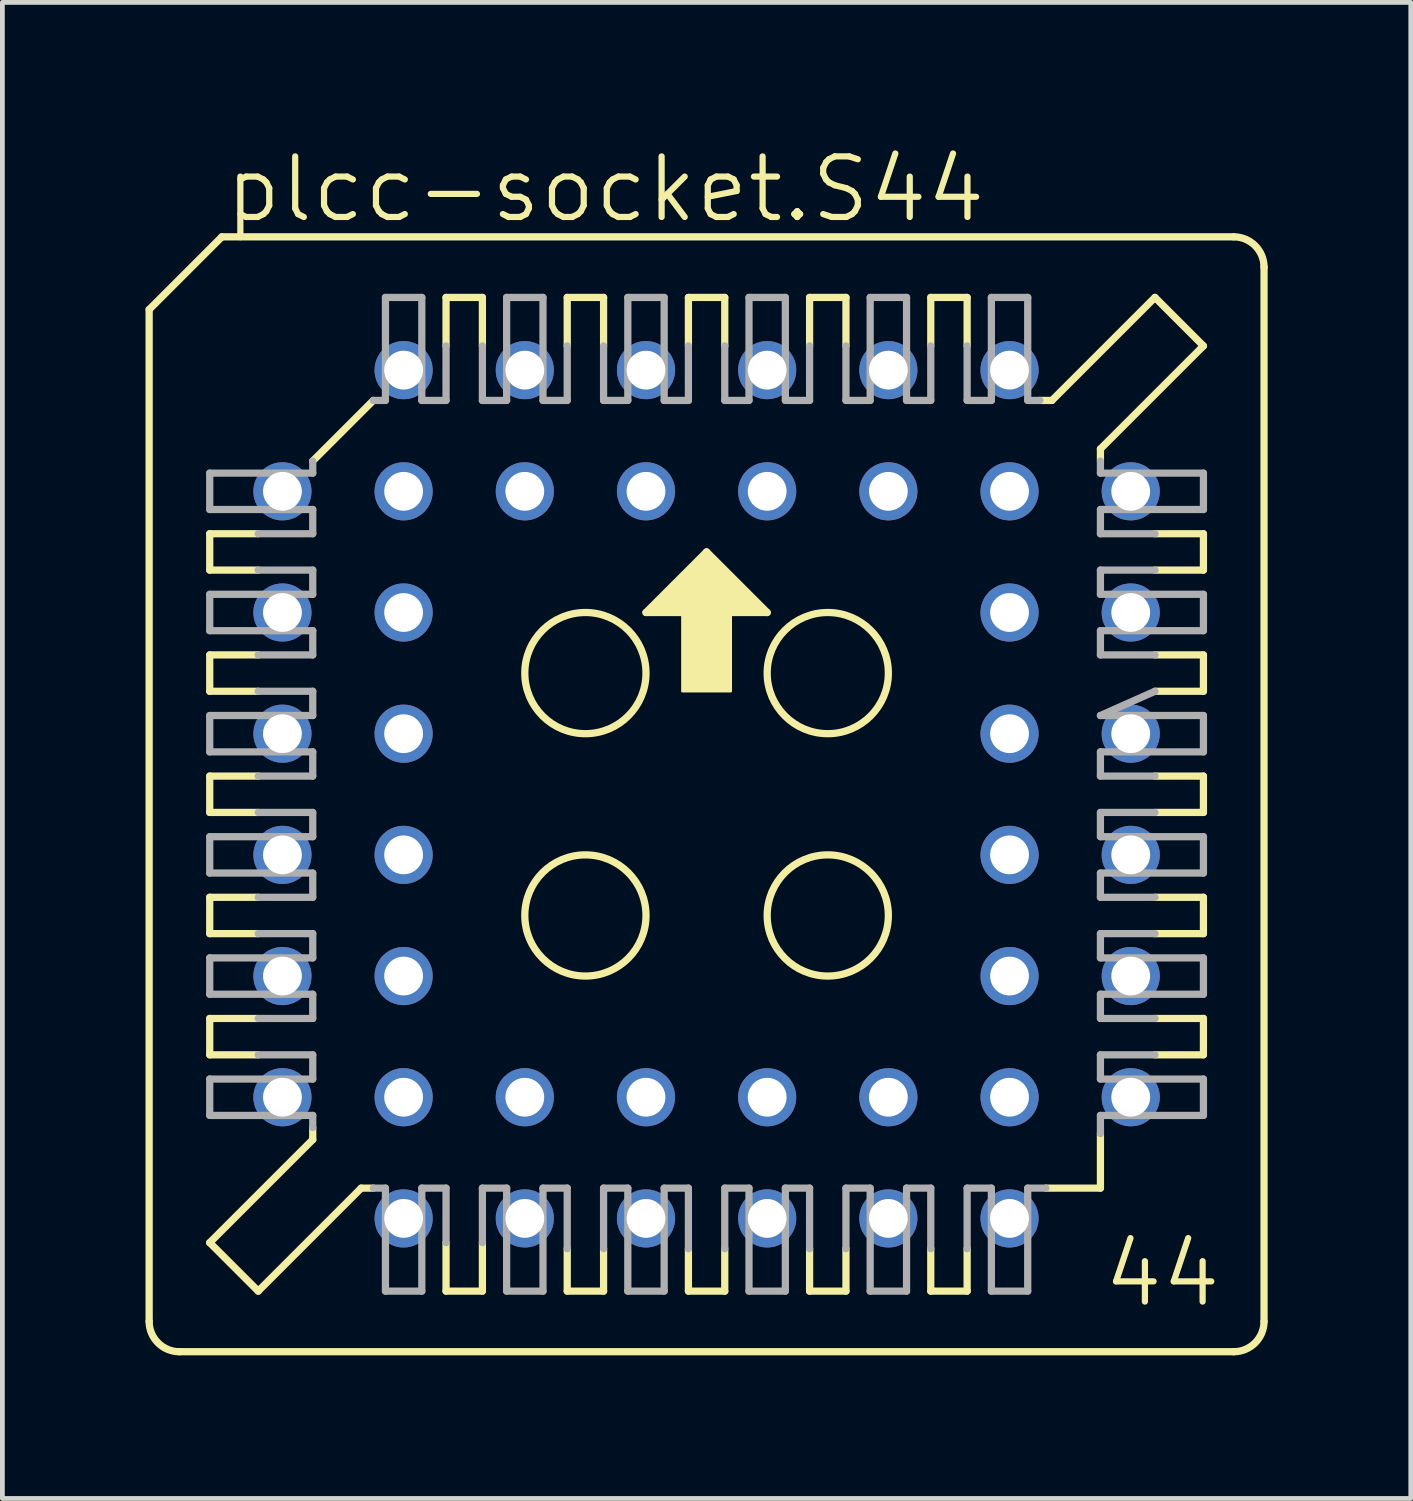
<source format=kicad_pcb>
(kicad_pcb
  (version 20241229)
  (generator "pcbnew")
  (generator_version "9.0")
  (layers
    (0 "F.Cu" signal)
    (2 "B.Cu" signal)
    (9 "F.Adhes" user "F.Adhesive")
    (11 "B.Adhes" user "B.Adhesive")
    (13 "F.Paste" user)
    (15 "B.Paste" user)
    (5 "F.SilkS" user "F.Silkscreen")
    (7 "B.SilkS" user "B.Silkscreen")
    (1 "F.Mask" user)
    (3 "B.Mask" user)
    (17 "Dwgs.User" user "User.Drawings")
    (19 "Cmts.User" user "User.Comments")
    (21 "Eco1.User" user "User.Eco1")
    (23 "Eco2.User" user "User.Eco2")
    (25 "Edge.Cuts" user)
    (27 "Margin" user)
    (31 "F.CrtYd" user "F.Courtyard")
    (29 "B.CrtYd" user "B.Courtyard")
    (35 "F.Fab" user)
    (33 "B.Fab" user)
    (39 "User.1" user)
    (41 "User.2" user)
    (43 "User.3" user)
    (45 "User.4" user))
  (footprint "plcc-socket.S44"
    (layer "F.Cu")
    (at 11.76 13.598)
    (property "Reference" "plcc-socket.S44" (at -10.16 -11.938 0) (layer "F.SilkS") (effects (font (size 1.27 1.27) (thickness 0.13)) (justify left bottom)))
    (attr through_hole)
    (fp_line (start -11.684 -10.16) (end -11.684 11.049) (stroke (width 0.152) (type default)) (layer "F.SilkS"))
    (fp_line (start -10.414 -5.461) (end -10.414 -4.699) (stroke (width 0.152) (type default)) (layer "F.SilkS"))
    (fp_line (start -10.414 -5.461) (end -9.398 -5.461) (stroke (width 0.152) (type default)) (layer "F.SilkS"))
    (fp_line (start -10.414 -2.921) (end -10.414 -2.159) (stroke (width 0.152) (type default)) (layer "F.SilkS"))
    (fp_line (start -10.414 -2.921) (end -9.398 -2.921) (stroke (width 0.152) (type default)) (layer "F.SilkS"))
    (fp_line (start -10.414 0.381) (end -10.414 -0.381) (stroke (width 0.152) (type default)) (layer "F.SilkS"))
    (fp_line (start -10.414 0.381) (end -9.398 0.381) (stroke (width 0.152) (type default)) (layer "F.SilkS"))
    (fp_line (start -10.414 2.921) (end -10.414 2.159) (stroke (width 0.152) (type default)) (layer "F.SilkS"))
    (fp_line (start -10.414 2.921) (end -9.398 2.921) (stroke (width 0.152) (type default)) (layer "F.SilkS"))
    (fp_line (start -10.414 5.461) (end -10.414 4.699) (stroke (width 0.152) (type default)) (layer "F.SilkS"))
    (fp_line (start -10.414 5.461) (end -9.398 5.461) (stroke (width 0.152) (type default)) (layer "F.SilkS"))
    (fp_line (start -10.414 9.398) (end -8.255 7.239) (stroke (width 0.152) (type default)) (layer "F.SilkS"))
    (fp_line (start -10.16 -11.684) (end -11.684 -10.16) (stroke (width 0.152) (type default)) (layer "F.SilkS"))
    (fp_line (start -9.398 -4.699) (end -10.414 -4.699) (stroke (width 0.152) (type default)) (layer "F.SilkS"))
    (fp_line (start -9.398 -2.159) (end -10.414 -2.159) (stroke (width 0.152) (type default)) (layer "F.SilkS"))
    (fp_line (start -9.398 -0.381) (end -10.414 -0.381) (stroke (width 0.152) (type default)) (layer "F.SilkS"))
    (fp_line (start -9.398 2.159) (end -10.414 2.159) (stroke (width 0.152) (type default)) (layer "F.SilkS"))
    (fp_line (start -9.398 4.699) (end -10.414 4.699) (stroke (width 0.152) (type default)) (layer "F.SilkS"))
    (fp_line (start -9.398 10.414) (end -10.414 9.398) (stroke (width 0.152) (type default)) (layer "F.SilkS"))
    (fp_line (start -9.398 10.414) (end -7.239 8.255) (stroke (width 0.152) (type default)) (layer "F.SilkS"))
    (fp_line (start -8.255 -6.985) (end -6.985 -8.255) (stroke (width 0.152) (type default)) (layer "F.SilkS"))
    (fp_line (start -8.255 7.239) (end -8.255 6.985) (stroke (width 0.152) (type default)) (layer "F.SilkS"))
    (fp_line (start -7.239 8.255) (end -6.985 8.255) (stroke (width 0.152) (type default)) (layer "F.SilkS"))
    (fp_line (start -5.461 -9.398) (end -5.461 -10.414) (stroke (width 0.152) (type default)) (layer "F.SilkS"))
    (fp_line (start -5.461 9.398) (end -5.461 10.414) (stroke (width 0.152) (type default)) (layer "F.SilkS"))
    (fp_line (start -5.461 10.414) (end -4.699 10.414) (stroke (width 0.152) (type default)) (layer "F.SilkS"))
    (fp_line (start -4.699 -10.414) (end -5.461 -10.414) (stroke (width 0.152) (type default)) (layer "F.SilkS"))
    (fp_line (start -4.699 -10.414) (end -4.699 -9.398) (stroke (width 0.152) (type default)) (layer "F.SilkS"))
    (fp_line (start -4.699 10.414) (end -4.699 9.398) (stroke (width 0.152) (type default)) (layer "F.SilkS"))
    (fp_line (start -2.921 -9.398) (end -2.921 -10.414) (stroke (width 0.152) (type default)) (layer "F.SilkS"))
    (fp_line (start -2.921 9.525) (end -2.921 10.414) (stroke (width 0.152) (type default)) (layer "F.SilkS"))
    (fp_line (start -2.921 10.414) (end -2.159 10.414) (stroke (width 0.152) (type default)) (layer "F.SilkS"))
    (fp_line (start -2.159 -10.414) (end -2.921 -10.414) (stroke (width 0.152) (type default)) (layer "F.SilkS"))
    (fp_line (start -2.159 -10.414) (end -2.159 -9.398) (stroke (width 0.152) (type default)) (layer "F.SilkS"))
    (fp_line (start -2.159 10.414) (end -2.159 9.525) (stroke (width 0.152) (type default)) (layer "F.SilkS"))
    (fp_line (start -1.27 -3.81) (end 1.27 -3.81) (stroke (width 0.152) (type default)) (layer "F.SilkS"))
    (fp_line (start -0.381 -9.398) (end -0.381 -10.414) (stroke (width 0.152) (type default)) (layer "F.SilkS"))
    (fp_line (start -0.381 9.525) (end -0.381 10.414) (stroke (width 0.152) (type default)) (layer "F.SilkS"))
    (fp_line (start -0.381 10.414) (end 0.381 10.414) (stroke (width 0.152) (type default)) (layer "F.SilkS"))
    (fp_line (start 0 -5.08) (end -1.27 -3.81) (stroke (width 0.152) (type default)) (layer "F.SilkS"))
    (fp_line (start 0.381 -10.414) (end -0.381 -10.414) (stroke (width 0.152) (type default)) (layer "F.SilkS"))
    (fp_line (start 0.381 -10.414) (end 0.381 -9.398) (stroke (width 0.152) (type default)) (layer "F.SilkS"))
    (fp_line (start 0.381 10.414) (end 0.381 9.525) (stroke (width 0.152) (type default)) (layer "F.SilkS"))
    (fp_line (start 1.27 -3.81) (end 0 -5.08) (stroke (width 0.152) (type default)) (layer "F.SilkS"))
    (fp_line (start 2.159 -9.398) (end 2.159 -10.414) (stroke (width 0.152) (type default)) (layer "F.SilkS"))
    (fp_line (start 2.159 9.525) (end 2.159 10.414) (stroke (width 0.152) (type default)) (layer "F.SilkS"))
    (fp_line (start 2.159 10.414) (end 2.921 10.414) (stroke (width 0.152) (type default)) (layer "F.SilkS"))
    (fp_line (start 2.921 -10.414) (end 2.159 -10.414) (stroke (width 0.152) (type default)) (layer "F.SilkS"))
    (fp_line (start 2.921 -10.414) (end 2.921 -9.398) (stroke (width 0.152) (type default)) (layer "F.SilkS"))
    (fp_line (start 2.921 10.414) (end 2.921 9.525) (stroke (width 0.152) (type default)) (layer "F.SilkS"))
    (fp_line (start 4.699 -9.398) (end 4.699 -10.414) (stroke (width 0.152) (type default)) (layer "F.SilkS"))
    (fp_line (start 4.699 9.525) (end 4.699 10.414) (stroke (width 0.152) (type default)) (layer "F.SilkS"))
    (fp_line (start 4.699 10.414) (end 5.461 10.414) (stroke (width 0.152) (type default)) (layer "F.SilkS"))
    (fp_line (start 5.461 -10.414) (end 4.699 -10.414) (stroke (width 0.152) (type default)) (layer "F.SilkS"))
    (fp_line (start 5.461 -10.414) (end 5.461 -9.398) (stroke (width 0.152) (type default)) (layer "F.SilkS"))
    (fp_line (start 5.461 10.414) (end 5.461 9.525) (stroke (width 0.152) (type default)) (layer "F.SilkS"))
    (fp_line (start 7.112 8.255) (end 8.255 8.255) (stroke (width 0.152) (type default)) (layer "F.SilkS"))
    (fp_line (start 7.239 -8.255) (end 6.985 -8.255) (stroke (width 0.152) (type default)) (layer "F.SilkS"))
    (fp_line (start 8.255 -7.239) (end 8.255 -6.985) (stroke (width 0.152) (type default)) (layer "F.SilkS"))
    (fp_line (start 8.255 8.255) (end 8.255 7.112) (stroke (width 0.152) (type default)) (layer "F.SilkS"))
    (fp_line (start 9.398 -10.414) (end 7.239 -8.255) (stroke (width 0.152) (type default)) (layer "F.SilkS"))
    (fp_line (start 9.398 -4.699) (end 10.414 -4.699) (stroke (width 0.152) (type default)) (layer "F.SilkS"))
    (fp_line (start 9.398 -2.159) (end 10.414 -2.159) (stroke (width 0.152) (type default)) (layer "F.SilkS"))
    (fp_line (start 9.398 0.381) (end 10.414 0.381) (stroke (width 0.152) (type default)) (layer "F.SilkS"))
    (fp_line (start 9.398 2.159) (end 10.414 2.159) (stroke (width 0.152) (type default)) (layer "F.SilkS"))
    (fp_line (start 9.398 4.699) (end 10.414 4.699) (stroke (width 0.152) (type default)) (layer "F.SilkS"))
    (fp_line (start 10.414 -9.398) (end 8.255 -7.239) (stroke (width 0.152) (type default)) (layer "F.SilkS"))
    (fp_line (start 10.414 -9.398) (end 9.398 -10.414) (stroke (width 0.152) (type default)) (layer "F.SilkS"))
    (fp_line (start 10.414 -5.461) (end 9.398 -5.461) (stroke (width 0.152) (type default)) (layer "F.SilkS"))
    (fp_line (start 10.414 -5.461) (end 10.414 -4.699) (stroke (width 0.152) (type default)) (layer "F.SilkS"))
    (fp_line (start 10.414 -2.921) (end 9.398 -2.921) (stroke (width 0.152) (type default)) (layer "F.SilkS"))
    (fp_line (start 10.414 -2.921) (end 10.414 -2.159) (stroke (width 0.152) (type default)) (layer "F.SilkS"))
    (fp_line (start 10.414 -0.381) (end 9.398 -0.381) (stroke (width 0.152) (type default)) (layer "F.SilkS"))
    (fp_line (start 10.414 -0.381) (end 10.414 0.381) (stroke (width 0.152) (type default)) (layer "F.SilkS"))
    (fp_line (start 10.414 2.921) (end 9.398 2.921) (stroke (width 0.152) (type default)) (layer "F.SilkS"))
    (fp_line (start 10.414 2.921) (end 10.414 2.159) (stroke (width 0.152) (type default)) (layer "F.SilkS"))
    (fp_line (start 10.414 5.461) (end 9.398 5.461) (stroke (width 0.152) (type default)) (layer "F.SilkS"))
    (fp_line (start 10.414 5.461) (end 10.414 4.699) (stroke (width 0.152) (type default)) (layer "F.SilkS"))
    (fp_line (start 11.049 -11.684) (end -10.16 -11.684) (stroke (width 0.152) (type default)) (layer "F.SilkS"))
    (fp_line (start 11.049 11.684) (end -11.049 11.684) (stroke (width 0.152) (type default)) (layer "F.SilkS"))
    (fp_line (start 11.684 -11.049) (end 11.684 11.049) (stroke (width 0.152) (type default)) (layer "F.SilkS"))
    (fp_rect (start -1.143 -3.81) (end -0.889 -3.937) (stroke (width 0.05) (type default)) (fill yes) (layer "F.SilkS"))
    (fp_rect (start -1.016 -3.937) (end -0.889 -4.064) (stroke (width 0.05) (type default)) (fill yes) (layer "F.SilkS"))
    (fp_rect (start -0.889 -3.81) (end 0.889 -4.191) (stroke (width 0.05) (type default)) (fill yes) (layer "F.SilkS"))
    (fp_rect (start -0.762 -4.191) (end -0.635 -4.318) (stroke (width 0.05) (type default)) (fill yes) (layer "F.SilkS"))
    (fp_rect (start -0.635 -4.191) (end 0.635 -4.445) (stroke (width 0.05) (type default)) (fill yes) (layer "F.SilkS"))
    (fp_rect (start -0.508 -4.445) (end -0.381 -4.572) (stroke (width 0.05) (type default)) (fill yes) (layer "F.SilkS"))
    (fp_rect (start -0.508 -2.159) (end 0.508 -4.064) (stroke (width 0.05) (type default)) (fill yes) (layer "F.SilkS"))
    (fp_rect (start -0.381 -4.445) (end 0.381 -4.699) (stroke (width 0.05) (type default)) (fill yes) (layer "F.SilkS"))
    (fp_rect (start -0.254 -4.699) (end -0.127 -4.826) (stroke (width 0.05) (type default)) (fill yes) (layer "F.SilkS"))
    (fp_rect (start -0.127 -4.699) (end 0.127 -4.953) (stroke (width 0.05) (type default)) (fill yes) (layer "F.SilkS"))
    (fp_rect (start 0.127 -4.699) (end 0.254 -4.826) (stroke (width 0.05) (type default)) (fill yes) (layer "F.SilkS"))
    (fp_rect (start 0.381 -4.445) (end 0.508 -4.572) (stroke (width 0.05) (type default)) (fill yes) (layer "F.SilkS"))
    (fp_rect (start 0.635 -4.191) (end 0.762 -4.318) (stroke (width 0.05) (type default)) (fill yes) (layer "F.SilkS"))
    (fp_rect (start 0.889 -3.937) (end 1.016 -4.064) (stroke (width 0.05) (type default)) (fill yes) (layer "F.SilkS"))
    (fp_rect (start 0.889 -3.81) (end 1.143 -3.937) (stroke (width 0.05) (type default)) (fill yes) (layer "F.SilkS"))
    (fp_arc (start -11.049 11.684) (mid -11.498013 11.498013) (end -11.684 11.049) (stroke (width 0.1524) (type default)) (layer "F.SilkS"))
    (fp_arc (start 11.049 -11.684) (mid 11.498013 -11.498013) (end 11.684 -11.049) (stroke (width 0.1524) (type default)) (layer "F.SilkS"))
    (fp_arc (start 11.684 11.049) (mid 11.498013 11.498013) (end 11.049 11.684) (stroke (width 0.1524) (type default)) (layer "F.SilkS"))
    (fp_circle (center -2.54 -2.54) (end -1.27 -2.54) (stroke (width 0.152) (type default)) (fill no) (layer "F.SilkS"))
    (fp_circle (center -2.54 2.54) (end -1.27 2.54) (stroke (width 0.152) (type default)) (fill no) (layer "F.SilkS"))
    (fp_circle (center 2.54 -2.54) (end 3.81 -2.54) (stroke (width 0.152) (type default)) (fill no) (layer "F.SilkS"))
    (fp_circle (center 2.54 2.54) (end 3.81 2.54) (stroke (width 0.152) (type default)) (fill no) (layer "F.SilkS"))
    (fp_line (start -10.414 -6.731) (end -10.414 -5.969) (stroke (width 0.152) (type default)) (layer "F.Fab"))
    (fp_line (start -10.414 -6.731) (end -8.255 -6.731) (stroke (width 0.152) (type default)) (layer "F.Fab"))
    (fp_line (start -10.414 -4.191) (end -10.414 -3.429) (stroke (width 0.152) (type default)) (layer "F.Fab"))
    (fp_line (start -10.414 -4.191) (end -8.255 -4.191) (stroke (width 0.152) (type default)) (layer "F.Fab"))
    (fp_line (start -10.414 -0.889) (end -10.414 -1.651) (stroke (width 0.152) (type default)) (layer "F.Fab"))
    (fp_line (start -10.414 -0.889) (end -8.255 -0.889) (stroke (width 0.152) (type default)) (layer "F.Fab"))
    (fp_line (start -10.414 1.651) (end -10.414 0.889) (stroke (width 0.152) (type default)) (layer "F.Fab"))
    (fp_line (start -10.414 1.651) (end -8.255 1.651) (stroke (width 0.152) (type default)) (layer "F.Fab"))
    (fp_line (start -10.414 4.191) (end -10.414 3.429) (stroke (width 0.152) (type default)) (layer "F.Fab"))
    (fp_line (start -10.414 4.191) (end -8.255 4.191) (stroke (width 0.152) (type default)) (layer "F.Fab"))
    (fp_line (start -10.414 6.731) (end -10.414 5.969) (stroke (width 0.152) (type default)) (layer "F.Fab"))
    (fp_line (start -10.414 6.731) (end -8.255 6.731) (stroke (width 0.152) (type default)) (layer "F.Fab"))
    (fp_line (start -9.398 -4.699) (end -8.255 -4.699) (stroke (width 0.152) (type default)) (layer "F.Fab"))
    (fp_line (start -9.398 -2.159) (end -8.255 -2.159) (stroke (width 0.152) (type default)) (layer "F.Fab"))
    (fp_line (start -9.398 -0.381) (end -8.255 -0.381) (stroke (width 0.152) (type default)) (layer "F.Fab"))
    (fp_line (start -9.398 2.159) (end -8.255 2.159) (stroke (width 0.152) (type default)) (layer "F.Fab"))
    (fp_line (start -9.398 4.699) (end -8.255 4.699) (stroke (width 0.152) (type default)) (layer "F.Fab"))
    (fp_line (start -8.255 -6.731) (end -8.255 -6.985) (stroke (width 0.152) (type default)) (layer "F.Fab"))
    (fp_line (start -8.255 -5.969) (end -10.414 -5.969) (stroke (width 0.152) (type default)) (layer "F.Fab"))
    (fp_line (start -8.255 -5.969) (end -8.255 -5.461) (stroke (width 0.152) (type default)) (layer "F.Fab"))
    (fp_line (start -8.255 -5.461) (end -9.398 -5.461) (stroke (width 0.152) (type default)) (layer "F.Fab"))
    (fp_line (start -8.255 -4.699) (end -8.255 -4.191) (stroke (width 0.152) (type default)) (layer "F.Fab"))
    (fp_line (start -8.255 -3.429) (end -10.414 -3.429) (stroke (width 0.152) (type default)) (layer "F.Fab"))
    (fp_line (start -8.255 -3.429) (end -8.255 -2.921) (stroke (width 0.152) (type default)) (layer "F.Fab"))
    (fp_line (start -8.255 -2.921) (end -9.398 -2.921) (stroke (width 0.152) (type default)) (layer "F.Fab"))
    (fp_line (start -8.255 -2.159) (end -8.255 -1.651) (stroke (width 0.152) (type default)) (layer "F.Fab"))
    (fp_line (start -8.255 -1.651) (end -10.414 -1.651) (stroke (width 0.152) (type default)) (layer "F.Fab"))
    (fp_line (start -8.255 -0.381) (end -8.255 -0.889) (stroke (width 0.152) (type default)) (layer "F.Fab"))
    (fp_line (start -8.255 0.381) (end -9.398 0.381) (stroke (width 0.152) (type default)) (layer "F.Fab"))
    (fp_line (start -8.255 0.889) (end -10.414 0.889) (stroke (width 0.152) (type default)) (layer "F.Fab"))
    (fp_line (start -8.255 0.889) (end -8.255 0.381) (stroke (width 0.152) (type default)) (layer "F.Fab"))
    (fp_line (start -8.255 2.159) (end -8.255 1.651) (stroke (width 0.152) (type default)) (layer "F.Fab"))
    (fp_line (start -8.255 2.921) (end -9.398 2.921) (stroke (width 0.152) (type default)) (layer "F.Fab"))
    (fp_line (start -8.255 3.429) (end -10.414 3.429) (stroke (width 0.152) (type default)) (layer "F.Fab"))
    (fp_line (start -8.255 3.429) (end -8.255 2.921) (stroke (width 0.152) (type default)) (layer "F.Fab"))
    (fp_line (start -8.255 4.699) (end -8.255 4.191) (stroke (width 0.152) (type default)) (layer "F.Fab"))
    (fp_line (start -8.255 5.461) (end -9.398 5.461) (stroke (width 0.152) (type default)) (layer "F.Fab"))
    (fp_line (start -8.255 5.969) (end -10.414 5.969) (stroke (width 0.152) (type default)) (layer "F.Fab"))
    (fp_line (start -8.255 5.969) (end -8.255 5.461) (stroke (width 0.152) (type default)) (layer "F.Fab"))
    (fp_line (start -8.255 6.985) (end -8.255 6.731) (stroke (width 0.152) (type default)) (layer "F.Fab"))
    (fp_line (start -6.985 -8.255) (end -6.731 -8.255) (stroke (width 0.152) (type default)) (layer "F.Fab"))
    (fp_line (start -6.731 -8.255) (end -6.731 -10.414) (stroke (width 0.152) (type default)) (layer "F.Fab"))
    (fp_line (start -6.731 8.255) (end -6.985 8.255) (stroke (width 0.152) (type default)) (layer "F.Fab"))
    (fp_line (start -6.731 10.414) (end -6.731 8.255) (stroke (width 0.152) (type default)) (layer "F.Fab"))
    (fp_line (start -6.731 10.414) (end -5.969 10.414) (stroke (width 0.152) (type default)) (layer "F.Fab"))
    (fp_line (start -5.969 -10.414) (end -6.731 -10.414) (stroke (width 0.152) (type default)) (layer "F.Fab"))
    (fp_line (start -5.969 -10.414) (end -5.969 -8.255) (stroke (width 0.152) (type default)) (layer "F.Fab"))
    (fp_line (start -5.969 8.255) (end -5.969 10.414) (stroke (width 0.152) (type default)) (layer "F.Fab"))
    (fp_line (start -5.461 -9.398) (end -5.461 -8.255) (stroke (width 0.152) (type default)) (layer "F.Fab"))
    (fp_line (start -5.461 -8.255) (end -5.969 -8.255) (stroke (width 0.152) (type default)) (layer "F.Fab"))
    (fp_line (start -5.461 8.255) (end -5.969 8.255) (stroke (width 0.152) (type default)) (layer "F.Fab"))
    (fp_line (start -5.461 9.398) (end -5.461 8.255) (stroke (width 0.152) (type default)) (layer "F.Fab"))
    (fp_line (start -4.699 -8.255) (end -4.699 -9.398) (stroke (width 0.152) (type default)) (layer "F.Fab"))
    (fp_line (start -4.699 8.255) (end -4.699 9.398) (stroke (width 0.152) (type default)) (layer "F.Fab"))
    (fp_line (start -4.699 8.255) (end -4.191 8.255) (stroke (width 0.152) (type default)) (layer "F.Fab"))
    (fp_line (start -4.191 -8.255) (end -4.699 -8.255) (stroke (width 0.152) (type default)) (layer "F.Fab"))
    (fp_line (start -4.191 -8.255) (end -4.191 -10.414) (stroke (width 0.152) (type default)) (layer "F.Fab"))
    (fp_line (start -4.191 10.414) (end -4.191 8.255) (stroke (width 0.152) (type default)) (layer "F.Fab"))
    (fp_line (start -4.191 10.414) (end -3.429 10.414) (stroke (width 0.152) (type default)) (layer "F.Fab"))
    (fp_line (start -3.429 -10.414) (end -4.191 -10.414) (stroke (width 0.152) (type default)) (layer "F.Fab"))
    (fp_line (start -3.429 -10.414) (end -3.429 -8.255) (stroke (width 0.152) (type default)) (layer "F.Fab"))
    (fp_line (start -3.429 8.255) (end -3.429 10.414) (stroke (width 0.152) (type default)) (layer "F.Fab"))
    (fp_line (start -3.429 8.255) (end -2.921 8.255) (stroke (width 0.152) (type default)) (layer "F.Fab"))
    (fp_line (start -2.921 -9.398) (end -2.921 -8.255) (stroke (width 0.152) (type default)) (layer "F.Fab"))
    (fp_line (start -2.921 -8.255) (end -3.429 -8.255) (stroke (width 0.152) (type default)) (layer "F.Fab"))
    (fp_line (start -2.921 9.525) (end -2.921 8.255) (stroke (width 0.152) (type default)) (layer "F.Fab"))
    (fp_line (start -2.159 -8.255) (end -2.159 -9.398) (stroke (width 0.152) (type default)) (layer "F.Fab"))
    (fp_line (start -2.159 8.255) (end -2.159 9.525) (stroke (width 0.152) (type default)) (layer "F.Fab"))
    (fp_line (start -2.159 8.255) (end -1.651 8.255) (stroke (width 0.152) (type default)) (layer "F.Fab"))
    (fp_line (start -1.651 -8.255) (end -2.159 -8.255) (stroke (width 0.152) (type default)) (layer "F.Fab"))
    (fp_line (start -1.651 -8.255) (end -1.651 -10.414) (stroke (width 0.152) (type default)) (layer "F.Fab"))
    (fp_line (start -1.651 10.414) (end -1.651 8.255) (stroke (width 0.152) (type default)) (layer "F.Fab"))
    (fp_line (start -1.651 10.414) (end -0.889 10.414) (stroke (width 0.152) (type default)) (layer "F.Fab"))
    (fp_line (start -0.889 -10.414) (end -1.651 -10.414) (stroke (width 0.152) (type default)) (layer "F.Fab"))
    (fp_line (start -0.889 -10.414) (end -0.889 -8.255) (stroke (width 0.152) (type default)) (layer "F.Fab"))
    (fp_line (start -0.889 8.255) (end -0.889 10.414) (stroke (width 0.152) (type default)) (layer "F.Fab"))
    (fp_line (start -0.889 8.255) (end -0.381 8.255) (stroke (width 0.152) (type default)) (layer "F.Fab"))
    (fp_line (start -0.381 -9.398) (end -0.381 -8.255) (stroke (width 0.152) (type default)) (layer "F.Fab"))
    (fp_line (start -0.381 -8.255) (end -0.889 -8.255) (stroke (width 0.152) (type default)) (layer "F.Fab"))
    (fp_line (start -0.381 9.525) (end -0.381 8.255) (stroke (width 0.152) (type default)) (layer "F.Fab"))
    (fp_line (start 0.381 -8.255) (end 0.381 -9.398) (stroke (width 0.152) (type default)) (layer "F.Fab"))
    (fp_line (start 0.381 8.255) (end 0.381 9.525) (stroke (width 0.152) (type default)) (layer "F.Fab"))
    (fp_line (start 0.381 8.255) (end 0.889 8.255) (stroke (width 0.152) (type default)) (layer "F.Fab"))
    (fp_line (start 0.889 -8.255) (end 0.381 -8.255) (stroke (width 0.152) (type default)) (layer "F.Fab"))
    (fp_line (start 0.889 -8.255) (end 0.889 -10.414) (stroke (width 0.152) (type default)) (layer "F.Fab"))
    (fp_line (start 0.889 10.414) (end 0.889 8.255) (stroke (width 0.152) (type default)) (layer "F.Fab"))
    (fp_line (start 0.889 10.414) (end 1.651 10.414) (stroke (width 0.152) (type default)) (layer "F.Fab"))
    (fp_line (start 1.651 -10.414) (end 0.889 -10.414) (stroke (width 0.152) (type default)) (layer "F.Fab"))
    (fp_line (start 1.651 -10.414) (end 1.651 -8.255) (stroke (width 0.152) (type default)) (layer "F.Fab"))
    (fp_line (start 1.651 8.255) (end 1.651 10.414) (stroke (width 0.152) (type default)) (layer "F.Fab"))
    (fp_line (start 1.651 8.255) (end 2.159 8.255) (stroke (width 0.152) (type default)) (layer "F.Fab"))
    (fp_line (start 2.159 -9.398) (end 2.159 -8.255) (stroke (width 0.152) (type default)) (layer "F.Fab"))
    (fp_line (start 2.159 -8.255) (end 1.651 -8.255) (stroke (width 0.152) (type default)) (layer "F.Fab"))
    (fp_line (start 2.159 9.525) (end 2.159 8.255) (stroke (width 0.152) (type default)) (layer "F.Fab"))
    (fp_line (start 2.921 -8.255) (end 2.921 -9.398) (stroke (width 0.152) (type default)) (layer "F.Fab"))
    (fp_line (start 2.921 8.255) (end 2.921 9.525) (stroke (width 0.152) (type default)) (layer "F.Fab"))
    (fp_line (start 2.921 8.255) (end 3.429 8.255) (stroke (width 0.152) (type default)) (layer "F.Fab"))
    (fp_line (start 3.429 -8.255) (end 2.921 -8.255) (stroke (width 0.152) (type default)) (layer "F.Fab"))
    (fp_line (start 3.429 -8.255) (end 3.429 -10.414) (stroke (width 0.152) (type default)) (layer "F.Fab"))
    (fp_line (start 3.429 10.414) (end 3.429 8.255) (stroke (width 0.152) (type default)) (layer "F.Fab"))
    (fp_line (start 3.429 10.414) (end 4.191 10.414) (stroke (width 0.152) (type default)) (layer "F.Fab"))
    (fp_line (start 4.191 -10.414) (end 3.429 -10.414) (stroke (width 0.152) (type default)) (layer "F.Fab"))
    (fp_line (start 4.191 -10.414) (end 4.191 -8.255) (stroke (width 0.152) (type default)) (layer "F.Fab"))
    (fp_line (start 4.191 8.255) (end 4.191 10.414) (stroke (width 0.152) (type default)) (layer "F.Fab"))
    (fp_line (start 4.191 8.255) (end 4.699 8.255) (stroke (width 0.152) (type default)) (layer "F.Fab"))
    (fp_line (start 4.699 -9.398) (end 4.699 -8.255) (stroke (width 0.152) (type default)) (layer "F.Fab"))
    (fp_line (start 4.699 -8.255) (end 4.191 -8.255) (stroke (width 0.152) (type default)) (layer "F.Fab"))
    (fp_line (start 4.699 9.525) (end 4.699 8.255) (stroke (width 0.152) (type default)) (layer "F.Fab"))
    (fp_line (start 5.461 -8.255) (end 5.461 -9.398) (stroke (width 0.152) (type default)) (layer "F.Fab"))
    (fp_line (start 5.461 8.255) (end 5.461 9.525) (stroke (width 0.152) (type default)) (layer "F.Fab"))
    (fp_line (start 5.461 8.255) (end 5.969 8.255) (stroke (width 0.152) (type default)) (layer "F.Fab"))
    (fp_line (start 5.969 -8.255) (end 5.461 -8.255) (stroke (width 0.152) (type default)) (layer "F.Fab"))
    (fp_line (start 5.969 -8.255) (end 5.969 -10.414) (stroke (width 0.152) (type default)) (layer "F.Fab"))
    (fp_line (start 5.969 10.414) (end 5.969 8.255) (stroke (width 0.152) (type default)) (layer "F.Fab"))
    (fp_line (start 5.969 10.414) (end 6.731 10.414) (stroke (width 0.152) (type default)) (layer "F.Fab"))
    (fp_line (start 6.731 -10.414) (end 5.969 -10.414) (stroke (width 0.152) (type default)) (layer "F.Fab"))
    (fp_line (start 6.731 -10.414) (end 6.731 -8.255) (stroke (width 0.152) (type default)) (layer "F.Fab"))
    (fp_line (start 6.731 -8.255) (end 6.985 -8.255) (stroke (width 0.152) (type default)) (layer "F.Fab"))
    (fp_line (start 6.731 8.255) (end 6.731 10.414) (stroke (width 0.152) (type default)) (layer "F.Fab"))
    (fp_line (start 7.112 8.255) (end 6.731 8.255) (stroke (width 0.152) (type default)) (layer "F.Fab"))
    (fp_line (start 8.255 -6.731) (end 8.255 -6.985) (stroke (width 0.152) (type default)) (layer "F.Fab"))
    (fp_line (start 8.255 -5.969) (end 8.255 -5.461) (stroke (width 0.152) (type default)) (layer "F.Fab"))
    (fp_line (start 8.255 -5.969) (end 10.414 -5.969) (stroke (width 0.152) (type default)) (layer "F.Fab"))
    (fp_line (start 8.255 -5.461) (end 9.398 -5.461) (stroke (width 0.152) (type default)) (layer "F.Fab"))
    (fp_line (start 8.255 -4.699) (end 8.255 -4.191) (stroke (width 0.152) (type default)) (layer "F.Fab"))
    (fp_line (start 8.255 -3.429) (end 8.255 -2.921) (stroke (width 0.152) (type default)) (layer "F.Fab"))
    (fp_line (start 8.255 -3.429) (end 10.414 -3.429) (stroke (width 0.152) (type default)) (layer "F.Fab"))
    (fp_line (start 8.255 -2.921) (end 9.398 -2.921) (stroke (width 0.152) (type default)) (layer "F.Fab"))
    (fp_line (start 8.255 -0.889) (end 8.255 -0.381) (stroke (width 0.152) (type default)) (layer "F.Fab"))
    (fp_line (start 8.255 -0.889) (end 10.414 -0.889) (stroke (width 0.152) (type default)) (layer "F.Fab"))
    (fp_line (start 8.255 -0.381) (end 9.398 -0.381) (stroke (width 0.152) (type default)) (layer "F.Fab"))
    (fp_line (start 8.255 0.381) (end 8.255 0.889) (stroke (width 0.152) (type default)) (layer "F.Fab"))
    (fp_line (start 8.255 1.651) (end 8.255 2.159) (stroke (width 0.152) (type default)) (layer "F.Fab"))
    (fp_line (start 8.255 1.651) (end 10.414 1.651) (stroke (width 0.152) (type default)) (layer "F.Fab"))
    (fp_line (start 8.255 2.159) (end 9.398 2.159) (stroke (width 0.152) (type default)) (layer "F.Fab"))
    (fp_line (start 8.255 2.921) (end 9.398 2.921) (stroke (width 0.152) (type default)) (layer "F.Fab"))
    (fp_line (start 8.255 3.429) (end 8.255 2.921) (stroke (width 0.152) (type default)) (layer "F.Fab"))
    (fp_line (start 8.255 3.429) (end 10.414 3.429) (stroke (width 0.152) (type default)) (layer "F.Fab"))
    (fp_line (start 8.255 4.699) (end 8.255 4.191) (stroke (width 0.152) (type default)) (layer "F.Fab"))
    (fp_line (start 8.255 5.461) (end 9.398 5.461) (stroke (width 0.152) (type default)) (layer "F.Fab"))
    (fp_line (start 8.255 5.969) (end 8.255 5.461) (stroke (width 0.152) (type default)) (layer "F.Fab"))
    (fp_line (start 8.255 5.969) (end 10.414 5.969) (stroke (width 0.152) (type default)) (layer "F.Fab"))
    (fp_line (start 8.255 6.731) (end 8.255 7.112) (stroke (width 0.152) (type default)) (layer "F.Fab"))
    (fp_line (start 9.398 -4.699) (end 8.255 -4.699) (stroke (width 0.152) (type default)) (layer "F.Fab"))
    (fp_line (start 9.398 -2.159) (end 8.255 -1.651) (stroke (width 0.152) (type default)) (layer "F.Fab"))
    (fp_line (start 9.398 0.381) (end 8.255 0.381) (stroke (width 0.152) (type default)) (layer "F.Fab"))
    (fp_line (start 9.398 4.699) (end 8.255 4.699) (stroke (width 0.152) (type default)) (layer "F.Fab"))
    (fp_line (start 10.414 -6.731) (end 8.255 -6.731) (stroke (width 0.152) (type default)) (layer "F.Fab"))
    (fp_line (start 10.414 -6.731) (end 10.414 -5.969) (stroke (width 0.152) (type default)) (layer "F.Fab"))
    (fp_line (start 10.414 -4.191) (end 8.255 -4.191) (stroke (width 0.152) (type default)) (layer "F.Fab"))
    (fp_line (start 10.414 -4.191) (end 10.414 -3.429) (stroke (width 0.152) (type default)) (layer "F.Fab"))
    (fp_line (start 10.414 -1.651) (end 8.255 -1.651) (stroke (width 0.152) (type default)) (layer "F.Fab"))
    (fp_line (start 10.414 -1.651) (end 10.414 -0.889) (stroke (width 0.152) (type default)) (layer "F.Fab"))
    (fp_line (start 10.414 0.889) (end 8.255 0.889) (stroke (width 0.152) (type default)) (layer "F.Fab"))
    (fp_line (start 10.414 0.889) (end 10.414 1.651) (stroke (width 0.152) (type default)) (layer "F.Fab"))
    (fp_line (start 10.414 4.191) (end 8.255 4.191) (stroke (width 0.152) (type default)) (layer "F.Fab"))
    (fp_line (start 10.414 4.191) (end 10.414 3.429) (stroke (width 0.152) (type default)) (layer "F.Fab"))
    (fp_line (start 10.414 6.731) (end 8.255 6.731) (stroke (width 0.152) (type default)) (layer "F.Fab"))
    (fp_line (start 10.414 6.731) (end 10.414 5.969) (stroke (width 0.152) (type default)) (layer "F.Fab"))
    (fp_text user "44" (at 8.255 10.795 0) (layer "F.SilkS") (effects (font (size 1.27 1.27) (thickness 0.13)) (justify left bottom)))
    (pad "1" thru_hole circle (at 1.27 -6.35) (size 1.219 1.219) (drill 0.813) (layers "*.Cu" "*.Mask"))
    (pad "2" thru_hole circle (at -1.27 -8.89) (size 1.219 1.219) (drill 0.813) (layers "*.Cu" "*.Mask"))
    (pad "3" thru_hole circle (at -1.27 -6.35) (size 1.219 1.219) (drill 0.813) (layers "*.Cu" "*.Mask"))
    (pad "4" thru_hole circle (at -3.81 -8.89) (size 1.219 1.219) (drill 0.813) (layers "*.Cu" "*.Mask"))
    (pad "5" thru_hole circle (at -3.81 -6.35) (size 1.219 1.219) (drill 0.813) (layers "*.Cu" "*.Mask"))
    (pad "6" thru_hole circle (at -6.35 -8.89) (size 1.219 1.219) (drill 0.813) (layers "*.Cu" "*.Mask"))
    (pad "7" thru_hole circle (at -8.89 -6.35) (size 1.219 1.219) (drill 0.813) (layers "*.Cu" "*.Mask"))
    (pad "8" thru_hole circle (at -6.35 -6.35) (size 1.219 1.219) (drill 0.813) (layers "*.Cu" "*.Mask"))
    (pad "9" thru_hole circle (at -8.89 -3.81) (size 1.219 1.219) (drill 0.813) (layers "*.Cu" "*.Mask"))
    (pad "10" thru_hole circle (at -6.35 -3.81) (size 1.219 1.219) (drill 0.813) (layers "*.Cu" "*.Mask"))
    (pad "11" thru_hole circle (at -8.89 -1.27) (size 1.219 1.219) (drill 0.813) (layers "*.Cu" "*.Mask"))
    (pad "12" thru_hole circle (at -6.35 -1.27) (size 1.219 1.219) (drill 0.813) (layers "*.Cu" "*.Mask"))
    (pad "13" thru_hole circle (at -8.89 1.27) (size 1.219 1.219) (drill 0.813) (layers "*.Cu" "*.Mask"))
    (pad "14" thru_hole circle (at -6.35 1.27) (size 1.219 1.219) (drill 0.813) (layers "*.Cu" "*.Mask"))
    (pad "15" thru_hole circle (at -8.89 3.81) (size 1.219 1.219) (drill 0.813) (layers "*.Cu" "*.Mask"))
    (pad "16" thru_hole circle (at -6.35 3.81) (size 1.219 1.219) (drill 0.813) (layers "*.Cu" "*.Mask"))
    (pad "17" thru_hole circle (at -8.89 6.35) (size 1.219 1.219) (drill 0.813) (layers "*.Cu" "*.Mask"))
    (pad "18" thru_hole circle (at -6.35 8.89) (size 1.219 1.219) (drill 0.813) (layers "*.Cu" "*.Mask"))
    (pad "19" thru_hole circle (at -6.35 6.35) (size 1.219 1.219) (drill 0.813) (layers "*.Cu" "*.Mask"))
    (pad "20" thru_hole circle (at -3.81 8.89) (size 1.219 1.219) (drill 0.813) (layers "*.Cu" "*.Mask"))
    (pad "21" thru_hole circle (at -3.81 6.35) (size 1.219 1.219) (drill 0.813) (layers "*.Cu" "*.Mask"))
    (pad "22" thru_hole circle (at -1.27 8.89) (size 1.219 1.219) (drill 0.813) (layers "*.Cu" "*.Mask"))
    (pad "23" thru_hole circle (at -1.27 6.35) (size 1.219 1.219) (drill 0.813) (layers "*.Cu" "*.Mask"))
    (pad "24" thru_hole circle (at 1.27 8.89) (size 1.219 1.219) (drill 0.813) (layers "*.Cu" "*.Mask"))
    (pad "25" thru_hole circle (at 1.27 6.35) (size 1.219 1.219) (drill 0.813) (layers "*.Cu" "*.Mask"))
    (pad "26" thru_hole circle (at 3.81 8.89) (size 1.219 1.219) (drill 0.813) (layers "*.Cu" "*.Mask"))
    (pad "27" thru_hole circle (at 3.81 6.35) (size 1.219 1.219) (drill 0.813) (layers "*.Cu" "*.Mask"))
    (pad "28" thru_hole circle (at 6.35 8.89) (size 1.219 1.219) (drill 0.813) (layers "*.Cu" "*.Mask"))
    (pad "29" thru_hole circle (at 8.89 6.35) (size 1.219 1.219) (drill 0.813) (layers "*.Cu" "*.Mask"))
    (pad "30" thru_hole circle (at 6.35 6.35) (size 1.219 1.219) (drill 0.813) (layers "*.Cu" "*.Mask"))
    (pad "31" thru_hole circle (at 8.89 3.81) (size 1.219 1.219) (drill 0.813) (layers "*.Cu" "*.Mask"))
    (pad "32" thru_hole circle (at 6.35 3.81) (size 1.219 1.219) (drill 0.813) (layers "*.Cu" "*.Mask"))
    (pad "33" thru_hole circle (at 8.89 1.27) (size 1.219 1.219) (drill 0.813) (layers "*.Cu" "*.Mask"))
    (pad "34" thru_hole circle (at 6.35 1.27) (size 1.219 1.219) (drill 0.813) (layers "*.Cu" "*.Mask"))
    (pad "35" thru_hole circle (at 8.89 -1.27) (size 1.219 1.219) (drill 0.813) (layers "*.Cu" "*.Mask"))
    (pad "36" thru_hole circle (at 6.35 -1.27) (size 1.219 1.219) (drill 0.813) (layers "*.Cu" "*.Mask"))
    (pad "37" thru_hole circle (at 8.89 -3.81) (size 1.219 1.219) (drill 0.813) (layers "*.Cu" "*.Mask"))
    (pad "38" thru_hole circle (at 6.35 -3.81) (size 1.219 1.219) (drill 0.813) (layers "*.Cu" "*.Mask"))
    (pad "39" thru_hole circle (at 8.89 -6.35) (size 1.219 1.219) (drill 0.813) (layers "*.Cu" "*.Mask"))
    (pad "40" thru_hole circle (at 6.35 -8.89) (size 1.219 1.219) (drill 0.813) (layers "*.Cu" "*.Mask"))
    (pad "41" thru_hole circle (at 6.35 -6.35) (size 1.219 1.219) (drill 0.813) (layers "*.Cu" "*.Mask"))
    (pad "42" thru_hole circle (at 3.81 -8.89) (size 1.219 1.219) (drill 0.813) (layers "*.Cu" "*.Mask"))
    (pad "43" thru_hole circle (at 3.81 -6.35) (size 1.219 1.219) (drill 0.813) (layers "*.Cu" "*.Mask"))
    (pad "44" thru_hole circle (at 1.27 -8.89) (size 1.219 1.219) (drill 0.813) (layers "*.Cu" "*.Mask")))
  (gr_rect
    (start -3 -3)
    (end 26.52 28.358)
    (stroke (width 0.1) (type default))
    (fill no)
    (layer "Edge.Cuts")))
</source>
